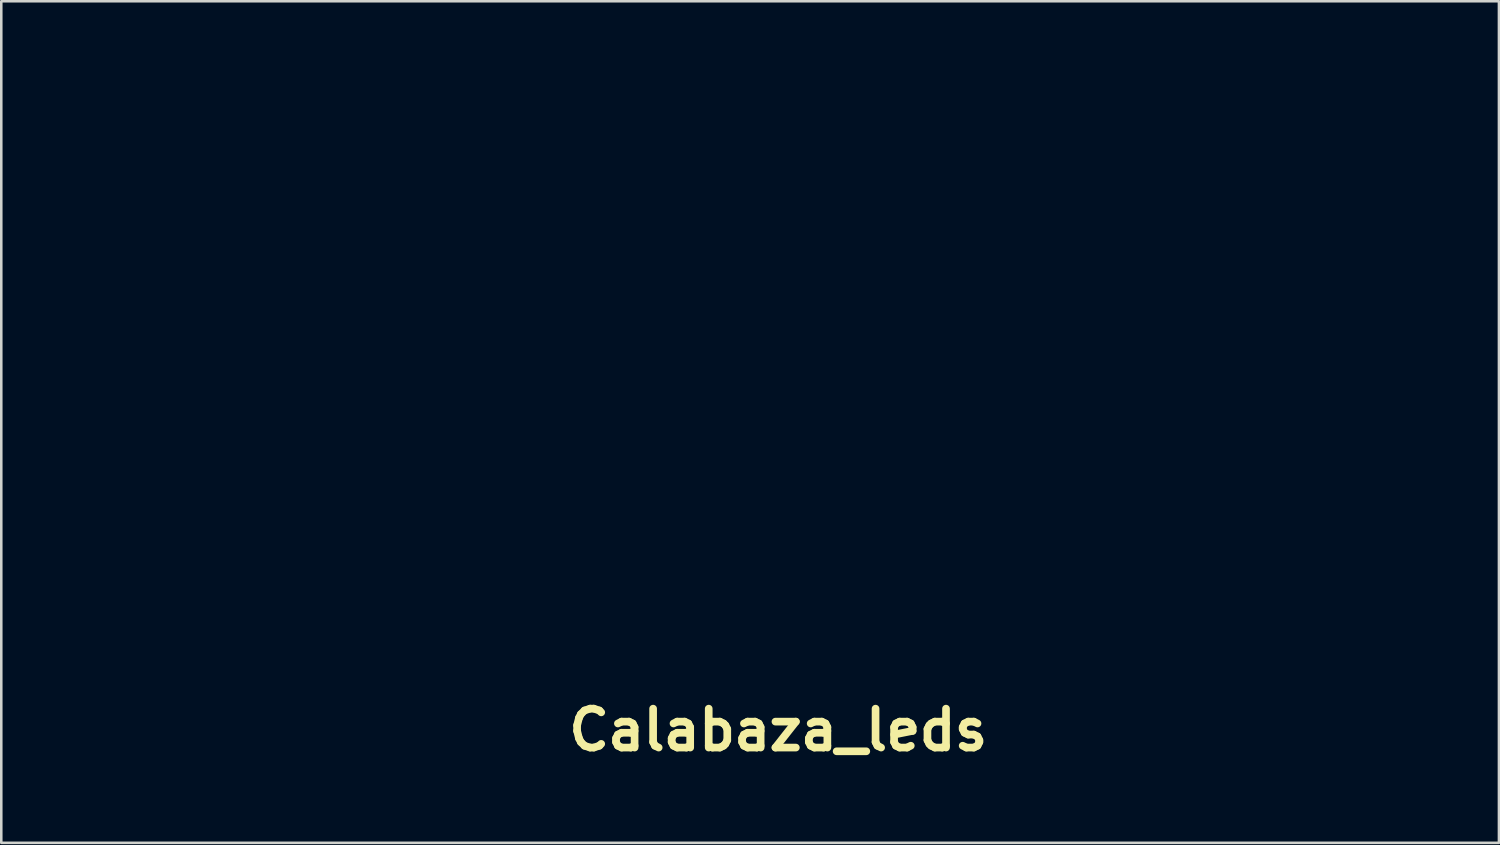
<source format=kicad_pcb>
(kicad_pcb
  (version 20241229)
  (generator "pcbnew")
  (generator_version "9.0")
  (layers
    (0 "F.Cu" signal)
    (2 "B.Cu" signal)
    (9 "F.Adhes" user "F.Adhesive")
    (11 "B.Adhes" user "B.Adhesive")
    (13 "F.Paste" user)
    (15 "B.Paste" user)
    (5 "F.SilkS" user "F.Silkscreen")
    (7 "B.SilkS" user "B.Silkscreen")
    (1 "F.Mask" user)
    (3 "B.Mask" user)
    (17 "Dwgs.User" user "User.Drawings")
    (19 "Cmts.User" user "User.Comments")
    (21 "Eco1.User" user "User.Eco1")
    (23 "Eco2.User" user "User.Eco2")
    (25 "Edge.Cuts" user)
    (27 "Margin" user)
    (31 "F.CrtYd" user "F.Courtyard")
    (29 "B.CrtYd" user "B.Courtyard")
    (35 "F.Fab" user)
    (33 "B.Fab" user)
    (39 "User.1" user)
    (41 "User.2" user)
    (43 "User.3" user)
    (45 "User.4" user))
  (footprint "Calabaza_leds"
    (layer "F.Cu")
    (at 27.418 25.528)
    (property "Reference" "Calabaza_leds" (at 0 0 0) (layer "F.SilkS") (effects (font (size 1.524 1.524) (thickness 0.3))))
    (attr through_hole)
    (fp_poly (pts (xy 17.063 -14.403) (xy 17.046 -14.369) (xy 16.972 -14.249) (xy 16.835 -14.034) (xy 16.665 -13.767) (xy 16.659 -13.758) (xy 16.495 -13.51) (xy 16.404 -13.398) (xy 16.375 -13.41) (xy 16.388 -13.504) (xy 16.479 -13.888) (xy 16.572 -14.138) (xy 16.685 -14.289) (xy 16.838 -14.377) (xy 16.856 -14.383) (xy 17.024 -14.43) (xy 17.063 -14.403)) (stroke (width 0.01) (type solid)) (fill yes) (layer "F.Mask"))
    (fp_poly (pts (xy -16.924 -13.43) (xy -16.835 -13.211) (xy -16.738 -12.908) (xy -16.642 -12.563) (xy -16.559 -12.216) (xy -16.499 -11.91) (xy -16.474 -11.685) (xy -16.49 -11.586) (xy -16.553 -11.612) (xy -16.628 -11.804) (xy -16.717 -12.164) (xy -16.717 -12.164) (xy -16.802 -12.538) (xy -16.894 -12.901) (xy -16.973 -13.178) (xy -16.978 -13.193) (xy -17.042 -13.422) (xy -17.038 -13.521) (xy -16.994 -13.525) (xy -16.924 -13.43)) (stroke (width 0.01) (type solid)) (fill yes) (layer "F.Mask"))
    (fp_poly (pts (xy 13.97 -15.999) (xy 13.731 -15.836) (xy 13.374 -15.64) (xy 12.941 -15.432) (xy 12.476 -15.23) (xy 12.021 -15.054) (xy 11.62 -14.923) (xy 11.526 -14.898) (xy 11.113 -14.815) (xy 10.673 -14.761) (xy 10.329 -14.747) (xy 10.1 -14.756) (xy 10.003 -14.77) (xy 10.056 -14.786) (xy 10.075 -14.788) (xy 10.981 -14.922) (xy 11.855 -15.151) (xy 12.75 -15.491) (xy 13.335 -15.762) (xy 13.655 -15.914) (xy 13.879 -16.008) (xy 13.99 -16.038) (xy 13.97 -15.999)) (stroke (width 0.01) (type solid)) (fill yes) (layer "F.Mask"))
    (fp_poly (pts (xy 16.062 -25.521) (xy 16.331 -25.502) (xy 16.522 -25.46) (xy 16.68 -25.386) (xy 16.774 -25.325) (xy 17.103 -25.044) (xy 17.343 -24.699) (xy 17.5 -24.269) (xy 17.584 -23.732) (xy 17.599 -23.064) (xy 17.592 -22.837) (xy 17.491 -21.905) (xy 17.258 -20.991) (xy 16.883 -20.055) (xy 16.756 -19.793) (xy 16.175 -18.813) (xy 15.466 -17.914) (xy 14.649 -17.112) (xy 13.744 -16.424) (xy 12.769 -15.865) (xy 11.745 -15.451) (xy 11.311 -15.326) (xy 10.808 -15.227) (xy 10.274 -15.172) (xy 9.753 -15.16) (xy 9.294 -15.192) (xy 8.942 -15.27) (xy 8.89 -15.29) (xy 8.464 -15.547) (xy 8.159 -15.901) (xy 7.97 -16.361) (xy 7.892 -16.939) (xy 7.902 -17.435) (xy 7.992 -18.188) (xy 8.157 -18.876) (xy 8.42 -19.575) (xy 8.547 -19.854) (xy 8.94 -20.56) (xy 9.457 -21.297) (xy 10.074 -22.042) (xy 10.765 -22.772) (xy 11.506 -23.464) (xy 12.272 -24.093) (xy 13.037 -24.637) (xy 13.776 -25.071) (xy 14.384 -25.343) (xy 14.719 -25.444) (xy 15.095 -25.501) (xy 15.568 -25.523) (xy 15.669 -25.523) (xy 16.062 -25.521)) (stroke (width 0.01) (type solid)) (fill yes) (layer "F.Mask"))
    (fp_poly (pts (xy -15.856 -24.105) (xy -15.242 -23.99) (xy -14.585 -23.768) (xy -13.897 -23.444) (xy -13.19 -23.024) (xy -12.476 -22.513) (xy -11.766 -21.917) (xy -11.072 -21.241) (xy -10.407 -20.491) (xy -9.813 -19.717) (xy -9.496 -19.272) (xy -9.26 -18.938) (xy -9.089 -18.687) (xy -8.965 -18.489) (xy -8.874 -18.316) (xy -8.799 -18.14) (xy -8.724 -17.932) (xy -8.632 -17.665) (xy -8.617 -17.619) (xy -8.479 -17.13) (xy -8.378 -16.583) (xy -8.315 -16.024) (xy -8.295 -15.499) (xy -8.322 -15.052) (xy -8.378 -14.787) (xy -8.591 -14.363) (xy -8.907 -14.022) (xy -9.213 -13.837) (xy -9.524 -13.751) (xy -9.942 -13.693) (xy -10.402 -13.668) (xy -10.842 -13.68) (xy -11.106 -13.713) (xy -12.179 -13.99) (xy -13.203 -14.414) (xy -14.163 -14.97) (xy -15.047 -15.643) (xy -15.841 -16.42) (xy -16.532 -17.284) (xy -17.108 -18.223) (xy -17.554 -19.22) (xy -17.859 -20.263) (xy -18.008 -21.335) (xy -18.008 -21.344) (xy -18.013 -22.076) (xy -17.929 -22.683) (xy -17.753 -23.186) (xy -17.645 -23.379) (xy -17.322 -23.749) (xy -16.907 -23.99) (xy -16.415 -24.107) (xy -15.856 -24.105)) (stroke (width 0.01) (type solid)) (fill yes) (layer "F.Mask"))
    (fp_poly (pts (xy 25.209 -15.459) (xy 25.177 -15.38) (xy 25.055 -15.198) (xy 24.864 -14.94) (xy 24.622 -14.632) (xy 24.62 -14.629) (xy 23.663 -13.479) (xy 22.694 -12.393) (xy 21.684 -11.34) (xy 20.604 -10.292) (xy 19.424 -9.217) (xy 18.497 -8.411) (xy 18.014 -7.998) (xy 17.45 -7.516) (xy 16.852 -7.006) (xy 16.269 -6.508) (xy 15.788 -6.097) (xy 15.289 -5.665) (xy 14.761 -5.196) (xy 14.243 -4.726) (xy 13.776 -4.291) (xy 13.397 -3.928) (xy 13.387 -3.917) (xy 13.059 -3.595) (xy 12.775 -3.319) (xy 12.556 -3.11) (xy 12.423 -2.987) (xy 12.392 -2.963) (xy 12.37 -3.037) (xy 12.361 -3.214) (xy 12.378 -3.334) (xy 12.443 -3.457) (xy 12.577 -3.607) (xy 12.802 -3.807) (xy 13.14 -4.081) (xy 13.187 -4.118) (xy 14.104 -4.87) (xy 15.08 -5.719) (xy 16.127 -6.677) (xy 17.258 -7.755) (xy 17.64 -8.128) (xy 18.74 -9.226) (xy 19.729 -10.262) (xy 20.639 -11.268) (xy 21.497 -12.277) (xy 22.333 -13.322) (xy 22.797 -13.928) (xy 23.564 -14.944) (xy 24.365 -15.223) (xy 24.706 -15.337) (xy 24.984 -15.419) (xy 25.163 -15.46) (xy 25.209 -15.459)) (stroke (width 0.01) (type solid)) (fill yes) (layer "F.Mask"))
    (fp_poly (pts (xy -27.322 -15.699) (xy -27.119 -15.633) (xy -26.846 -15.526) (xy -26.822 -15.516) (xy -26.585 -15.408) (xy -26.387 -15.292) (xy -26.199 -15.142) (xy -25.987 -14.93) (xy -25.72 -14.628) (xy -25.522 -14.393) (xy -24.931 -13.707) (xy -24.248 -12.943) (xy -23.493 -12.123) (xy -22.687 -11.267) (xy -21.849 -10.396) (xy -21.001 -9.531) (xy -20.162 -8.693) (xy -19.354 -7.903) (xy -18.596 -7.18) (xy -17.908 -6.547) (xy -17.357 -6.061) (xy -16.908 -5.686) (xy -16.406 -5.278) (xy -15.879 -4.861) (xy -15.357 -4.457) (xy -14.869 -4.089) (xy -14.444 -3.78) (xy -14.113 -3.551) (xy -14.048 -3.51) (xy -13.885 -3.375) (xy -13.713 -3.186) (xy -13.559 -2.98) (xy -13.448 -2.793) (xy -13.405 -2.663) (xy -13.439 -2.625) (xy -13.524 -2.674) (xy -13.723 -2.809) (xy -14.012 -3.014) (xy -14.369 -3.274) (xy -14.774 -3.574) (xy -14.794 -3.589) (xy -15.919 -4.462) (xy -17.129 -5.46) (xy -18.408 -6.573) (xy -19.745 -7.787) (xy -21.124 -9.09) (xy -22.533 -10.47) (xy -23.412 -11.355) (xy -23.931 -11.887) (xy -24.457 -12.434) (xy -24.977 -12.981) (xy -25.479 -13.514) (xy -25.95 -14.021) (xy -26.377 -14.486) (xy -26.748 -14.897) (xy -27.049 -15.239) (xy -27.267 -15.497) (xy -27.391 -15.659) (xy -27.413 -15.71) (xy -27.322 -15.699)) (stroke (width 0.01) (type solid)) (fill yes) (layer "F.Mask"))
    (fp_poly (pts (xy -25.371 -14.95) (xy -25.109 -14.865) (xy -24.726 -14.722) (xy -24.238 -14.526) (xy -23.662 -14.284) (xy -23.014 -14.004) (xy -22.309 -13.693) (xy -21.564 -13.357) (xy -20.794 -13.003) (xy -20.017 -12.639) (xy -19.247 -12.271) (xy -18.979 -12.142) (xy -18.413 -11.869) (xy -17.889 -11.625) (xy -17.43 -11.417) (xy -17.056 -11.256) (xy -16.788 -11.15) (xy -16.648 -11.109) (xy -16.638 -11.109) (xy -16.519 -11.151) (xy -16.51 -11.19) (xy -16.487 -11.283) (xy -16.375 -11.435) (xy -16.357 -11.455) (xy -16.162 -11.662) (xy -16.327 -12.16) (xy -16.427 -12.492) (xy -16.509 -12.819) (xy -16.564 -13.102) (xy -16.585 -13.301) (xy -16.564 -13.377) (xy -16.564 -13.377) (xy -16.472 -13.345) (xy -16.26 -13.258) (xy -15.964 -13.131) (xy -15.731 -13.029) (xy -15.427 -12.899) (xy -14.998 -12.721) (xy -14.478 -12.508) (xy -13.899 -12.275) (xy -13.294 -12.034) (xy -12.912 -11.883) (xy -12.353 -11.663) (xy -11.84 -11.461) (xy -11.395 -11.285) (xy -11.042 -11.145) (xy -10.805 -11.049) (xy -10.71 -11.01) (xy -10.467 -10.91) (xy -10.095 -10.766) (xy -9.625 -10.59) (xy -9.088 -10.393) (xy -8.516 -10.186) (xy -7.94 -9.98) (xy -7.391 -9.789) (xy -7.07 -9.678) (xy -6.017 -9.337) (xy -5.102 -9.073) (xy -4.312 -8.884) (xy -3.635 -8.768) (xy -3.059 -8.722) (xy -2.963 -8.721) (xy -2.239 -8.721) (xy -1.693 -9.377) (xy -1.168 -10.002) (xy -0.701 -10.548) (xy -0.298 -11.006) (xy 0.03 -11.365) (xy 0.275 -11.616) (xy 0.428 -11.749) (xy 0.47 -11.769) (xy 0.554 -11.703) (xy 0.718 -11.522) (xy 0.945 -11.247) (xy 1.216 -10.9) (xy 1.49 -10.536) (xy 1.82 -10.1) (xy 2.122 -9.723) (xy 2.376 -9.427) (xy 2.565 -9.235) (xy 2.644 -9.176) (xy 2.736 -9.135) (xy 2.831 -9.116) (xy 2.954 -9.127) (xy 3.13 -9.174) (xy 3.381 -9.265) (xy 3.733 -9.406) (xy 4.208 -9.605) (xy 4.387 -9.68) (xy 4.958 -9.917) (xy 5.608 -10.181) (xy 6.309 -10.461) (xy 7.031 -10.745) (xy 7.746 -11.023) (xy 8.425 -11.282) (xy 9.038 -11.513) (xy 9.556 -11.702) (xy 9.95 -11.84) (xy 9.991 -11.853) (xy 10.298 -11.958) (xy 10.56 -12.051) (xy 10.71 -12.111) (xy 10.834 -12.159) (xy 11.094 -12.257) (xy 11.466 -12.394) (xy 11.927 -12.562) (xy 12.452 -12.753) (xy 12.912 -12.919) (xy 13.506 -13.134) (xy 14.085 -13.345) (xy 14.617 -13.539) (xy 15.072 -13.707) (xy 15.418 -13.836) (xy 15.573 -13.894) (xy 15.871 -14.003) (xy 16.103 -14.076) (xy 16.229 -14.102) (xy 16.24 -14.099) (xy 16.244 -14.002) (xy 16.21 -13.799) (xy 16.182 -13.682) (xy 16.123 -13.403) (xy 16.089 -13.159) (xy 16.087 -13.099) (xy 16.104 -12.975) (xy 16.184 -12.914) (xy 16.371 -12.893) (xy 16.483 -12.89) (xy 16.616 -12.891) (xy 16.751 -12.901) (xy 16.909 -12.926) (xy 17.109 -12.97) (xy 17.371 -13.04) (xy 17.716 -13.14) (xy 18.162 -13.276) (xy 18.731 -13.452) (xy 19.431 -13.672) (xy 19.981 -13.844) (xy 20.565 -14.026) (xy 21.153 -14.208) (xy 21.716 -14.381) (xy 22.223 -14.537) (xy 22.645 -14.665) (xy 22.952 -14.758) (xy 23.061 -14.789) (xy 23.135 -14.804) (xy 23.166 -14.787) (xy 23.142 -14.724) (xy 23.053 -14.6) (xy 22.889 -14.401) (xy 22.638 -14.113) (xy 22.289 -13.721) (xy 22.061 -13.466) (xy 20.871 -12.174) (xy 19.572 -10.828) (xy 18.199 -9.461) (xy 16.786 -8.11) (xy 16.214 -7.578) (xy 15.679 -7.082) (xy 15.137 -6.575) (xy 14.613 -6.08) (xy 14.135 -5.623) (xy 13.726 -5.227) (xy 13.413 -4.918) (xy 13.377 -4.882) (xy 13.062 -4.566) (xy 12.788 -4.299) (xy 12.576 -4.101) (xy 12.449 -3.993) (xy 12.425 -3.979) (xy 12.39 -4.056) (xy 12.367 -4.252) (xy 12.361 -4.431) (xy 12.353 -4.693) (xy 12.331 -4.878) (xy 12.312 -4.931) (xy 12.281 -4.944) (xy 12.219 -4.938) (xy 12.116 -4.906) (xy 11.959 -4.844) (xy 11.738 -4.747) (xy 11.44 -4.607) (xy 11.055 -4.421) (xy 10.569 -4.183) (xy 9.973 -3.887) (xy 9.253 -3.528) (xy 8.399 -3.1) (xy 8.001 -2.9) (xy 6.94 -2.362) (xy 6.013 -1.882) (xy 5.201 -1.447) (xy 4.483 -1.048) (xy 3.84 -0.672) (xy 3.25 -0.308) (xy 2.763 0.009) (xy 2.4 0.247) (xy 2.087 0.448) (xy 1.852 0.593) (xy 1.721 0.666) (xy 1.704 0.672) (xy 1.611 0.621) (xy 1.434 0.5) (xy 1.331 0.425) (xy 1.033 0.228) (xy 0.594 -0.023) (xy 0.031 -0.322) (xy -0.642 -0.66) (xy -1.408 -1.03) (xy -2.249 -1.424) (xy -3.151 -1.835) (xy -4.097 -2.255) (xy -5.071 -2.676) (xy -6.057 -3.09) (xy -6.562 -3.298) (xy -7.071 -3.506) (xy -7.535 -3.697) (xy -7.928 -3.859) (xy -8.224 -3.981) (xy -8.398 -4.055) (xy -8.424 -4.066) (xy -8.636 -4.153) (xy -8.976 -4.283) (xy -9.413 -4.443) (xy -9.913 -4.623) (xy -10.444 -4.81) (xy -10.975 -4.994) (xy -11.473 -5.162) (xy -11.905 -5.304) (xy -11.959 -5.322) (xy -12.578 -5.51) (xy -13.166 -5.671) (xy -13.691 -5.798) (xy -14.125 -5.885) (xy -14.438 -5.923) (xy -14.496 -5.924) (xy -14.617 -5.915) (xy -14.621 -5.874) (xy -14.502 -5.767) (xy -14.457 -5.73) (xy -14.29 -5.545) (xy -14.227 -5.314) (xy -14.223 -5.204) (xy -14.197 -4.939) (xy -14.131 -4.599) (xy -14.062 -4.339) (xy -13.988 -4.071) (xy -13.951 -3.881) (xy -13.957 -3.81) (xy -14.05 -3.865) (xy -14.253 -4.023) (xy -14.553 -4.273) (xy -14.936 -4.601) (xy -15.389 -4.996) (xy -15.899 -5.446) (xy -16.45 -5.94) (xy -17.018 -6.455) (xy -17.321 -6.737) (xy -17.704 -7.101) (xy -18.156 -7.537) (xy -18.664 -8.033) (xy -19.219 -8.577) (xy -19.809 -9.159) (xy -20.422 -9.767) (xy -21.047 -10.39) (xy -21.673 -11.016) (xy -22.288 -11.634) (xy -22.882 -12.233) (xy -23.442 -12.801) (xy -23.958 -13.327) (xy -24.418 -13.8) (xy -24.812 -14.208) (xy -25.127 -14.54) (xy -25.352 -14.784) (xy -25.477 -14.93) (xy -25.497 -14.968) (xy -25.371 -14.95)) (stroke (width 0.01) (type solid)) (fill yes) (layer "F.Mask"))
    (fp_poly (pts (xy 17.063 -14.403) (xy 17.046 -14.369) (xy 16.972 -14.249) (xy 16.835 -14.034) (xy 16.665 -13.767) (xy 16.659 -13.758) (xy 16.495 -13.51) (xy 16.404 -13.398) (xy 16.375 -13.41) (xy 16.388 -13.504) (xy 16.479 -13.888) (xy 16.572 -14.138) (xy 16.685 -14.289) (xy 16.838 -14.377) (xy 16.856 -14.383) (xy 17.024 -14.43) (xy 17.063 -14.403)) (stroke (width 0.01) (type solid)) (fill yes) (layer "B.Mask"))
    (fp_poly (pts (xy -16.924 -13.43) (xy -16.835 -13.211) (xy -16.738 -12.908) (xy -16.642 -12.563) (xy -16.559 -12.216) (xy -16.499 -11.91) (xy -16.474 -11.685) (xy -16.49 -11.586) (xy -16.553 -11.612) (xy -16.628 -11.804) (xy -16.717 -12.164) (xy -16.717 -12.164) (xy -16.802 -12.538) (xy -16.894 -12.901) (xy -16.973 -13.178) (xy -16.978 -13.193) (xy -17.042 -13.422) (xy -17.038 -13.521) (xy -16.994 -13.525) (xy -16.924 -13.43)) (stroke (width 0.01) (type solid)) (fill yes) (layer "B.Mask"))
    (fp_poly (pts (xy 13.97 -15.999) (xy 13.731 -15.836) (xy 13.374 -15.64) (xy 12.941 -15.432) (xy 12.476 -15.23) (xy 12.021 -15.054) (xy 11.62 -14.923) (xy 11.526 -14.898) (xy 11.113 -14.815) (xy 10.673 -14.761) (xy 10.329 -14.747) (xy 10.1 -14.756) (xy 10.003 -14.77) (xy 10.056 -14.786) (xy 10.075 -14.788) (xy 10.981 -14.922) (xy 11.855 -15.151) (xy 12.75 -15.491) (xy 13.335 -15.762) (xy 13.655 -15.914) (xy 13.879 -16.008) (xy 13.99 -16.038) (xy 13.97 -15.999)) (stroke (width 0.01) (type solid)) (fill yes) (layer "B.Mask"))
    (fp_poly (pts (xy 16.062 -25.521) (xy 16.331 -25.502) (xy 16.522 -25.46) (xy 16.68 -25.386) (xy 16.774 -25.325) (xy 17.103 -25.044) (xy 17.343 -24.699) (xy 17.5 -24.269) (xy 17.584 -23.732) (xy 17.599 -23.064) (xy 17.592 -22.837) (xy 17.491 -21.905) (xy 17.258 -20.991) (xy 16.883 -20.055) (xy 16.756 -19.793) (xy 16.175 -18.813) (xy 15.466 -17.914) (xy 14.649 -17.112) (xy 13.744 -16.424) (xy 12.769 -15.865) (xy 11.745 -15.451) (xy 11.311 -15.326) (xy 10.808 -15.227) (xy 10.274 -15.172) (xy 9.753 -15.16) (xy 9.294 -15.192) (xy 8.942 -15.27) (xy 8.89 -15.29) (xy 8.464 -15.547) (xy 8.159 -15.901) (xy 7.97 -16.361) (xy 7.892 -16.939) (xy 7.902 -17.435) (xy 7.992 -18.188) (xy 8.157 -18.876) (xy 8.42 -19.575) (xy 8.547 -19.854) (xy 8.94 -20.56) (xy 9.457 -21.297) (xy 10.074 -22.042) (xy 10.765 -22.772) (xy 11.506 -23.464) (xy 12.272 -24.093) (xy 13.037 -24.637) (xy 13.776 -25.071) (xy 14.384 -25.343) (xy 14.719 -25.444) (xy 15.095 -25.501) (xy 15.568 -25.523) (xy 15.669 -25.523) (xy 16.062 -25.521)) (stroke (width 0.01) (type solid)) (fill yes) (layer "B.Mask"))
    (fp_poly (pts (xy -15.856 -24.105) (xy -15.242 -23.99) (xy -14.585 -23.768) (xy -13.897 -23.444) (xy -13.19 -23.024) (xy -12.476 -22.513) (xy -11.766 -21.917) (xy -11.072 -21.241) (xy -10.407 -20.491) (xy -9.813 -19.717) (xy -9.496 -19.272) (xy -9.26 -18.938) (xy -9.089 -18.687) (xy -8.965 -18.489) (xy -8.874 -18.316) (xy -8.799 -18.14) (xy -8.724 -17.932) (xy -8.632 -17.665) (xy -8.617 -17.619) (xy -8.479 -17.13) (xy -8.378 -16.583) (xy -8.315 -16.024) (xy -8.295 -15.499) (xy -8.322 -15.052) (xy -8.378 -14.787) (xy -8.591 -14.363) (xy -8.907 -14.022) (xy -9.213 -13.837) (xy -9.524 -13.751) (xy -9.942 -13.693) (xy -10.402 -13.668) (xy -10.842 -13.68) (xy -11.106 -13.713) (xy -12.179 -13.99) (xy -13.203 -14.414) (xy -14.163 -14.97) (xy -15.047 -15.643) (xy -15.841 -16.42) (xy -16.532 -17.284) (xy -17.108 -18.223) (xy -17.554 -19.22) (xy -17.859 -20.263) (xy -18.008 -21.335) (xy -18.008 -21.344) (xy -18.013 -22.076) (xy -17.929 -22.683) (xy -17.753 -23.186) (xy -17.645 -23.379) (xy -17.322 -23.749) (xy -16.907 -23.99) (xy -16.415 -24.107) (xy -15.856 -24.105)) (stroke (width 0.01) (type solid)) (fill yes) (layer "B.Mask"))
    (fp_poly (pts (xy 25.209 -15.459) (xy 25.177 -15.38) (xy 25.055 -15.198) (xy 24.864 -14.94) (xy 24.622 -14.632) (xy 24.62 -14.629) (xy 23.663 -13.479) (xy 22.694 -12.393) (xy 21.684 -11.34) (xy 20.604 -10.292) (xy 19.424 -9.217) (xy 18.497 -8.411) (xy 18.014 -7.998) (xy 17.45 -7.516) (xy 16.852 -7.006) (xy 16.269 -6.508) (xy 15.788 -6.097) (xy 15.289 -5.665) (xy 14.761 -5.196) (xy 14.243 -4.726) (xy 13.776 -4.291) (xy 13.397 -3.928) (xy 13.387 -3.917) (xy 13.059 -3.595) (xy 12.775 -3.319) (xy 12.556 -3.11) (xy 12.423 -2.987) (xy 12.392 -2.963) (xy 12.37 -3.037) (xy 12.361 -3.214) (xy 12.378 -3.334) (xy 12.443 -3.457) (xy 12.577 -3.607) (xy 12.802 -3.807) (xy 13.14 -4.081) (xy 13.187 -4.118) (xy 14.104 -4.87) (xy 15.08 -5.719) (xy 16.127 -6.677) (xy 17.258 -7.755) (xy 17.64 -8.128) (xy 18.74 -9.226) (xy 19.729 -10.262) (xy 20.639 -11.268) (xy 21.497 -12.277) (xy 22.333 -13.322) (xy 22.797 -13.928) (xy 23.564 -14.944) (xy 24.365 -15.223) (xy 24.706 -15.337) (xy 24.984 -15.419) (xy 25.163 -15.46) (xy 25.209 -15.459)) (stroke (width 0.01) (type solid)) (fill yes) (layer "B.Mask"))
    (fp_poly (pts (xy -27.322 -15.699) (xy -27.119 -15.633) (xy -26.846 -15.526) (xy -26.822 -15.516) (xy -26.585 -15.408) (xy -26.387 -15.292) (xy -26.199 -15.142) (xy -25.987 -14.93) (xy -25.72 -14.628) (xy -25.522 -14.393) (xy -24.931 -13.707) (xy -24.248 -12.943) (xy -23.493 -12.123) (xy -22.687 -11.267) (xy -21.849 -10.396) (xy -21.001 -9.531) (xy -20.162 -8.693) (xy -19.354 -7.903) (xy -18.596 -7.18) (xy -17.908 -6.547) (xy -17.357 -6.061) (xy -16.908 -5.686) (xy -16.406 -5.278) (xy -15.879 -4.861) (xy -15.357 -4.457) (xy -14.869 -4.089) (xy -14.444 -3.78) (xy -14.113 -3.551) (xy -14.048 -3.51) (xy -13.885 -3.375) (xy -13.713 -3.186) (xy -13.559 -2.98) (xy -13.448 -2.793) (xy -13.405 -2.663) (xy -13.439 -2.625) (xy -13.524 -2.674) (xy -13.723 -2.809) (xy -14.012 -3.014) (xy -14.369 -3.274) (xy -14.774 -3.574) (xy -14.794 -3.589) (xy -15.919 -4.462) (xy -17.129 -5.46) (xy -18.408 -6.573) (xy -19.745 -7.787) (xy -21.124 -9.09) (xy -22.533 -10.47) (xy -23.412 -11.355) (xy -23.931 -11.887) (xy -24.457 -12.434) (xy -24.977 -12.981) (xy -25.479 -13.514) (xy -25.95 -14.021) (xy -26.377 -14.486) (xy -26.748 -14.897) (xy -27.049 -15.239) (xy -27.267 -15.497) (xy -27.391 -15.659) (xy -27.413 -15.71) (xy -27.322 -15.699)) (stroke (width 0.01) (type solid)) (fill yes) (layer "B.Mask"))
    (fp_poly (pts (xy -25.371 -14.95) (xy -25.109 -14.865) (xy -24.726 -14.722) (xy -24.238 -14.526) (xy -23.662 -14.284) (xy -23.014 -14.004) (xy -22.309 -13.693) (xy -21.564 -13.357) (xy -20.794 -13.003) (xy -20.017 -12.639) (xy -19.247 -12.271) (xy -18.979 -12.142) (xy -18.413 -11.869) (xy -17.889 -11.625) (xy -17.43 -11.417) (xy -17.056 -11.256) (xy -16.788 -11.15) (xy -16.648 -11.109) (xy -16.638 -11.109) (xy -16.519 -11.151) (xy -16.51 -11.19) (xy -16.487 -11.283) (xy -16.375 -11.435) (xy -16.357 -11.455) (xy -16.162 -11.662) (xy -16.327 -12.16) (xy -16.427 -12.492) (xy -16.509 -12.819) (xy -16.564 -13.102) (xy -16.585 -13.301) (xy -16.564 -13.377) (xy -16.564 -13.377) (xy -16.472 -13.345) (xy -16.26 -13.258) (xy -15.964 -13.131) (xy -15.731 -13.029) (xy -15.427 -12.899) (xy -14.998 -12.721) (xy -14.478 -12.508) (xy -13.899 -12.275) (xy -13.294 -12.034) (xy -12.912 -11.883) (xy -12.353 -11.663) (xy -11.84 -11.461) (xy -11.395 -11.285) (xy -11.042 -11.145) (xy -10.805 -11.049) (xy -10.71 -11.01) (xy -10.467 -10.91) (xy -10.095 -10.766) (xy -9.625 -10.59) (xy -9.088 -10.393) (xy -8.516 -10.186) (xy -7.94 -9.98) (xy -7.391 -9.789) (xy -7.07 -9.678) (xy -6.017 -9.337) (xy -5.102 -9.073) (xy -4.312 -8.884) (xy -3.635 -8.768) (xy -3.059 -8.722) (xy -2.963 -8.721) (xy -2.239 -8.721) (xy -1.693 -9.377) (xy -1.168 -10.002) (xy -0.701 -10.548) (xy -0.298 -11.006) (xy 0.03 -11.365) (xy 0.275 -11.616) (xy 0.428 -11.749) (xy 0.47 -11.769) (xy 0.554 -11.703) (xy 0.718 -11.522) (xy 0.945 -11.247) (xy 1.216 -10.9) (xy 1.49 -10.536) (xy 1.82 -10.1) (xy 2.122 -9.723) (xy 2.376 -9.427) (xy 2.565 -9.235) (xy 2.644 -9.176) (xy 2.736 -9.135) (xy 2.831 -9.116) (xy 2.954 -9.127) (xy 3.13 -9.174) (xy 3.381 -9.265) (xy 3.733 -9.406) (xy 4.208 -9.605) (xy 4.387 -9.68) (xy 4.958 -9.917) (xy 5.608 -10.181) (xy 6.309 -10.461) (xy 7.031 -10.745) (xy 7.746 -11.023) (xy 8.425 -11.282) (xy 9.038 -11.513) (xy 9.556 -11.702) (xy 9.95 -11.84) (xy 9.991 -11.853) (xy 10.298 -11.958) (xy 10.56 -12.051) (xy 10.71 -12.111) (xy 10.834 -12.159) (xy 11.094 -12.257) (xy 11.466 -12.394) (xy 11.927 -12.562) (xy 12.452 -12.753) (xy 12.912 -12.919) (xy 13.506 -13.134) (xy 14.085 -13.345) (xy 14.617 -13.539) (xy 15.072 -13.707) (xy 15.418 -13.836) (xy 15.573 -13.894) (xy 15.871 -14.003) (xy 16.103 -14.076) (xy 16.229 -14.102) (xy 16.24 -14.099) (xy 16.244 -14.002) (xy 16.21 -13.799) (xy 16.182 -13.682) (xy 16.123 -13.403) (xy 16.089 -13.159) (xy 16.087 -13.099) (xy 16.104 -12.975) (xy 16.184 -12.914) (xy 16.371 -12.893) (xy 16.483 -12.89) (xy 16.616 -12.891) (xy 16.751 -12.901) (xy 16.909 -12.926) (xy 17.109 -12.97) (xy 17.371 -13.04) (xy 17.716 -13.14) (xy 18.162 -13.276) (xy 18.731 -13.452) (xy 19.431 -13.672) (xy 19.981 -13.844) (xy 20.565 -14.026) (xy 21.153 -14.208) (xy 21.716 -14.381) (xy 22.223 -14.537) (xy 22.645 -14.665) (xy 22.952 -14.758) (xy 23.061 -14.789) (xy 23.135 -14.804) (xy 23.166 -14.787) (xy 23.142 -14.724) (xy 23.053 -14.6) (xy 22.889 -14.401) (xy 22.638 -14.113) (xy 22.289 -13.721) (xy 22.061 -13.466) (xy 20.871 -12.174) (xy 19.572 -10.828) (xy 18.199 -9.461) (xy 16.786 -8.11) (xy 16.214 -7.578) (xy 15.679 -7.082) (xy 15.137 -6.575) (xy 14.613 -6.08) (xy 14.135 -5.623) (xy 13.726 -5.227) (xy 13.413 -4.918) (xy 13.377 -4.882) (xy 13.062 -4.566) (xy 12.788 -4.299) (xy 12.576 -4.101) (xy 12.449 -3.993) (xy 12.425 -3.979) (xy 12.39 -4.056) (xy 12.367 -4.252) (xy 12.361 -4.431) (xy 12.353 -4.693) (xy 12.331 -4.878) (xy 12.312 -4.931) (xy 12.281 -4.944) (xy 12.219 -4.938) (xy 12.116 -4.906) (xy 11.959 -4.844) (xy 11.738 -4.747) (xy 11.44 -4.607) (xy 11.055 -4.421) (xy 10.569 -4.183) (xy 9.973 -3.887) (xy 9.253 -3.528) (xy 8.399 -3.1) (xy 8.001 -2.9) (xy 6.94 -2.362) (xy 6.013 -1.882) (xy 5.201 -1.447) (xy 4.483 -1.048) (xy 3.84 -0.672) (xy 3.25 -0.308) (xy 2.763 0.009) (xy 2.4 0.247) (xy 2.087 0.448) (xy 1.852 0.593) (xy 1.721 0.666) (xy 1.704 0.672) (xy 1.611 0.621) (xy 1.434 0.5) (xy 1.331 0.425) (xy 1.033 0.228) (xy 0.594 -0.023) (xy 0.031 -0.322) (xy -0.642 -0.66) (xy -1.408 -1.03) (xy -2.249 -1.424) (xy -3.151 -1.835) (xy -4.097 -2.255) (xy -5.071 -2.676) (xy -6.057 -3.09) (xy -6.562 -3.298) (xy -7.071 -3.506) (xy -7.535 -3.697) (xy -7.928 -3.859) (xy -8.224 -3.981) (xy -8.398 -4.055) (xy -8.424 -4.066) (xy -8.636 -4.153) (xy -8.976 -4.283) (xy -9.413 -4.443) (xy -9.913 -4.623) (xy -10.444 -4.81) (xy -10.975 -4.994) (xy -11.473 -5.162) (xy -11.905 -5.304) (xy -11.959 -5.322) (xy -12.578 -5.51) (xy -13.166 -5.671) (xy -13.691 -5.798) (xy -14.125 -5.885) (xy -14.438 -5.923) (xy -14.496 -5.924) (xy -14.617 -5.915) (xy -14.621 -5.874) (xy -14.502 -5.767) (xy -14.457 -5.73) (xy -14.29 -5.545) (xy -14.227 -5.314) (xy -14.223 -5.204) (xy -14.197 -4.939) (xy -14.131 -4.599) (xy -14.062 -4.339) (xy -13.988 -4.071) (xy -13.951 -3.881) (xy -13.957 -3.81) (xy -14.05 -3.865) (xy -14.253 -4.023) (xy -14.553 -4.273) (xy -14.936 -4.601) (xy -15.389 -4.996) (xy -15.899 -5.446) (xy -16.45 -5.94) (xy -17.018 -6.455) (xy -17.321 -6.737) (xy -17.704 -7.101) (xy -18.156 -7.537) (xy -18.664 -8.033) (xy -19.219 -8.577) (xy -19.809 -9.159) (xy -20.422 -9.767) (xy -21.047 -10.39) (xy -21.673 -11.016) (xy -22.288 -11.634) (xy -22.882 -12.233) (xy -23.442 -12.801) (xy -23.958 -13.327) (xy -24.418 -13.8) (xy -24.812 -14.208) (xy -25.127 -14.54) (xy -25.352 -14.784) (xy -25.477 -14.93) (xy -25.497 -14.968) (xy -25.371 -14.95)) (stroke (width 0.01) (type solid)) (fill yes) (layer "B.Mask")))
  (gr_rect
    (start -3 -3)
    (end 55.633 29.947)
    (stroke (width 0.1) (type default))
    (fill no)
    (layer "Edge.Cuts")))
</source>
